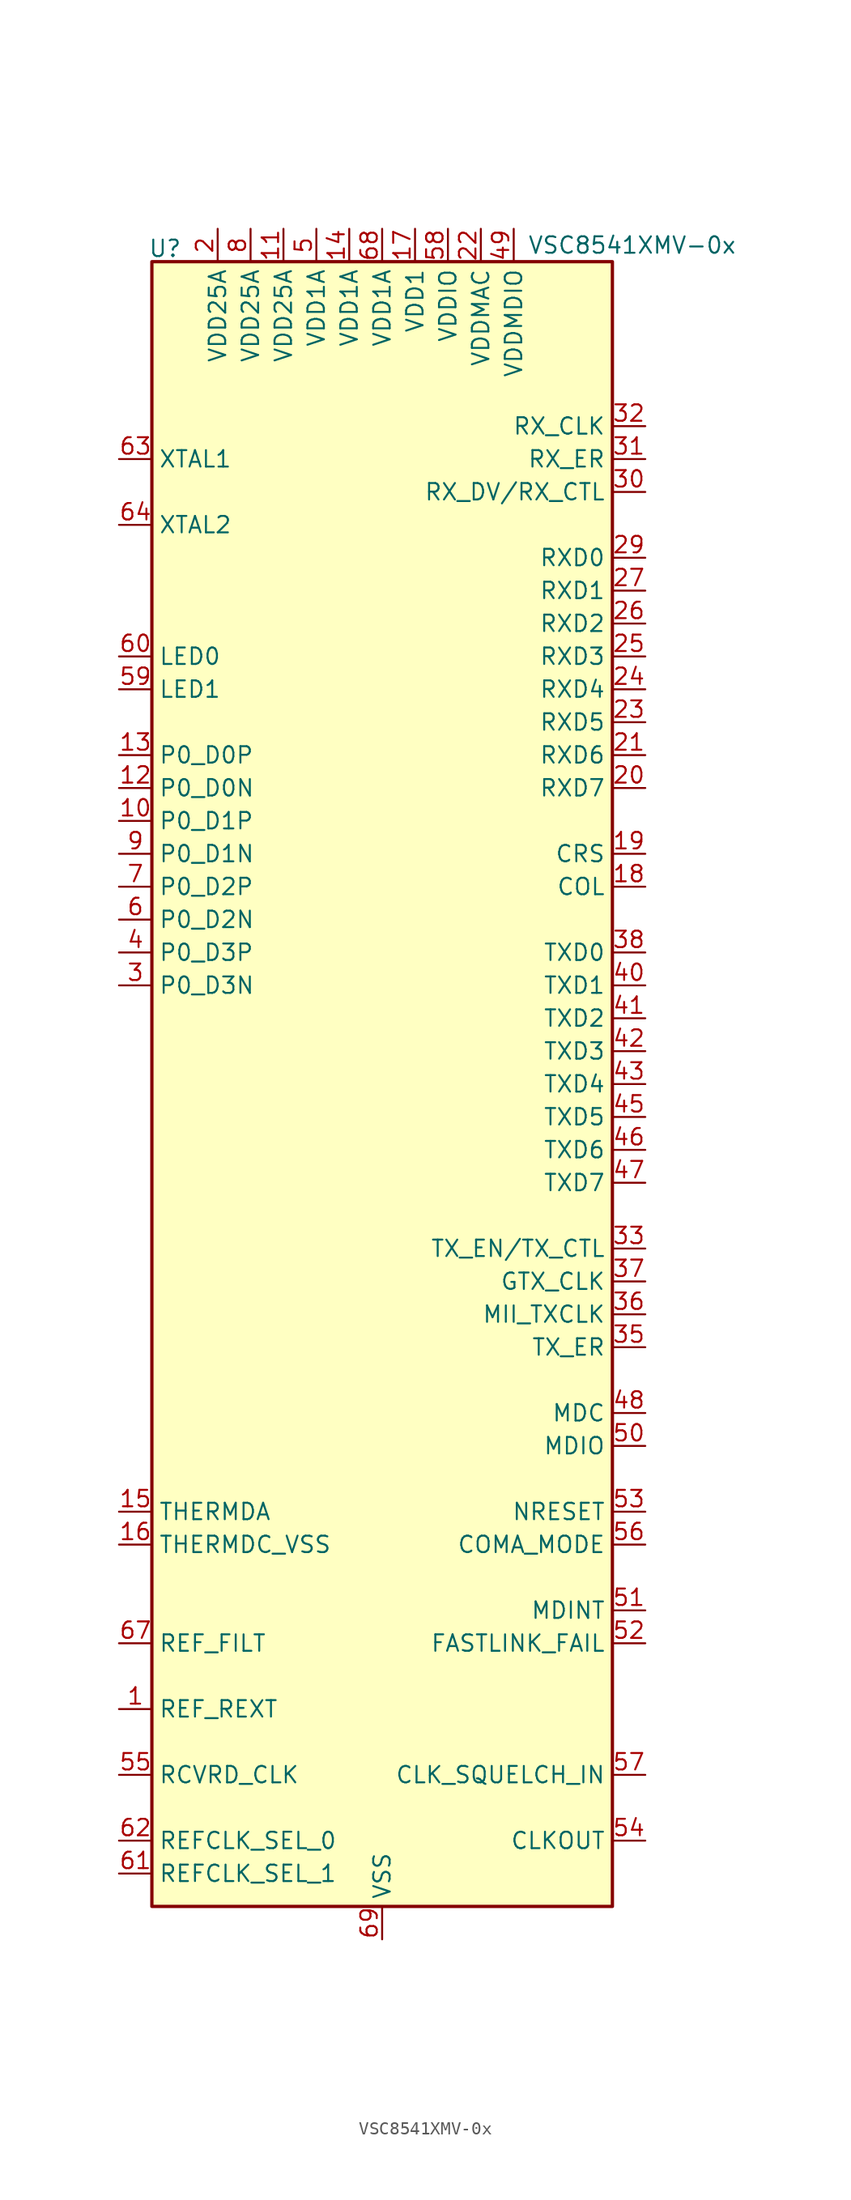
<source format=kicad_sym>
(kicad_symbol_lib
  (version 20201005)
  (generator kicad_symbol_editor)
  (symbol "Interface_Ethernet:VSC8541XMV-0x"
    (property "Reference" "U"
      (at -16.764 64.516 0)
      (effects (font (size 1.27 1.27))))
    (property "Value" "VSC8541XMV-0x"
      (at 19.304 64.77 0)
      (effects (font (size 1.27 1.27))))
    (symbol "VSC8541XMV-0x_0_1"
      (rectangle (start 17.78 -63.5) (end -17.78 63.5) (stroke (width 0.254)) (fill (type background)))
      (pin passive line (at -20.32 -48.26 0) (length 2.54) (name "REF_REXT" (effects (font (size 1.27 1.27)))) (number "1" (effects (font (size 1.27 1.27)))))
      (pin passive line (at -20.32 20.32 0) (length 2.54) (name "P0_D1P" (effects (font (size 1.27 1.27)))) (number "10" (effects (font (size 1.27 1.27)))))
      (pin power_in line (at -7.62 66.04 270) (length 2.54) (name "VDD25A" (effects (font (size 1.27 1.27)))) (number "11" (effects (font (size 1.27 1.27)))))
      (pin passive line (at -20.32 22.86 0) (length 2.54) (name "P0_D0N" (effects (font (size 1.27 1.27)))) (number "12" (effects (font (size 1.27 1.27)))))
      (pin passive line (at -20.32 25.4 0) (length 2.54) (name "P0_D0P" (effects (font (size 1.27 1.27)))) (number "13" (effects (font (size 1.27 1.27)))))
      (pin power_in line (at -2.54 66.04 270) (length 2.54) (name "VDD1A" (effects (font (size 1.27 1.27)))) (number "14" (effects (font (size 1.27 1.27)))))
      (pin passive line (at -20.32 -33.02 0) (length 2.54) (name "THERMDA" (effects (font (size 1.27 1.27)))) (number "15" (effects (font (size 1.27 1.27)))))
      (pin passive line (at -20.32 -35.56 0) (length 2.54) (name "THERMDC_VSS" (effects (font (size 1.27 1.27)))) (number "16" (effects (font (size 1.27 1.27)))))
      (pin power_in line (at 2.54 66.04 270) (length 2.54) (name "VDD1" (effects (font (size 1.27 1.27)))) (number "17" (effects (font (size 1.27 1.27)))))
      (pin bidirectional line (at 20.32 15.24 180) (length 2.54) (name "COL" (effects (font (size 1.27 1.27)))) (number "18" (effects (font (size 1.27 1.27)))))
      (pin bidirectional line (at 20.32 17.78 180) (length 2.54) (name "CRS" (effects (font (size 1.27 1.27)))) (number "19" (effects (font (size 1.27 1.27)))))
      (pin power_in line (at -12.7 66.04 270) (length 2.54) (name "VDD25A" (effects (font (size 1.27 1.27)))) (number "2" (effects (font (size 1.27 1.27)))))
      (pin bidirectional line (at 20.32 22.86 180) (length 2.54) (name "RXD7" (effects (font (size 1.27 1.27)))) (number "20" (effects (font (size 1.27 1.27)))))
      (pin bidirectional line (at 20.32 25.4 180) (length 2.54) (name "RXD6" (effects (font (size 1.27 1.27)))) (number "21" (effects (font (size 1.27 1.27)))))
      (pin power_in line (at 7.62 66.04 270) (length 2.54) (name "VDDMAC" (effects (font (size 1.27 1.27)))) (number "22" (effects (font (size 1.27 1.27)))))
      (pin bidirectional line (at 20.32 27.94 180) (length 2.54) (name "RXD5" (effects (font (size 1.27 1.27)))) (number "23" (effects (font (size 1.27 1.27)))))
      (pin bidirectional line (at 20.32 30.48 180) (length 2.54) (name "RXD4" (effects (font (size 1.27 1.27)))) (number "24" (effects (font (size 1.27 1.27)))))
      (pin bidirectional line (at 20.32 33.02 180) (length 2.54) (name "RXD3" (effects (font (size 1.27 1.27)))) (number "25" (effects (font (size 1.27 1.27)))))
      (pin bidirectional line (at 20.32 35.56 180) (length 2.54) (name "RXD2" (effects (font (size 1.27 1.27)))) (number "26" (effects (font (size 1.27 1.27)))))
      (pin bidirectional line (at 20.32 38.1 180) (length 2.54) (name "RXD1" (effects (font (size 1.27 1.27)))) (number "27" (effects (font (size 1.27 1.27)))))
      (pin passive line (at 7.62 66.04 270) (length 2.54) hide (name "VDDMAC" (effects (font (size 1.27 1.27)))) (number "28" (effects (font (size 1.27 1.27)))))
      (pin bidirectional line (at 20.32 40.64 180) (length 2.54) (name "RXD0" (effects (font (size 1.27 1.27)))) (number "29" (effects (font (size 1.27 1.27)))))
      (pin passive line (at -20.32 7.62 0) (length 2.54) (name "P0_D3N" (effects (font (size 1.27 1.27)))) (number "3" (effects (font (size 1.27 1.27)))))
      (pin bidirectional line (at 20.32 45.72 180) (length 2.54) (name "RX_DV/RX_CTL" (effects (font (size 1.27 1.27)))) (number "30" (effects (font (size 1.27 1.27)))))
      (pin bidirectional line (at 20.32 48.26 180) (length 2.54) (name "RX_ER" (effects (font (size 1.27 1.27)))) (number "31" (effects (font (size 1.27 1.27)))))
      (pin bidirectional line (at 20.32 50.8 180) (length 2.54) (name "RX_CLK" (effects (font (size 1.27 1.27)))) (number "32" (effects (font (size 1.27 1.27)))))
      (pin input line (at 20.32 -12.7 180) (length 2.54) (name "TX_EN/TX_CTL" (effects (font (size 1.27 1.27)))) (number "33" (effects (font (size 1.27 1.27)))))
      (pin passive line (at 2.54 66.04 270) (length 2.54) hide (name "VDD1" (effects (font (size 1.27 1.27)))) (number "34" (effects (font (size 1.27 1.27)))))
      (pin input line (at 20.32 -20.32 180) (length 2.54) (name "TX_ER" (effects (font (size 1.27 1.27)))) (number "35" (effects (font (size 1.27 1.27)))))
      (pin bidirectional line (at 20.32 -17.78 180) (length 2.54) (name "MII_TXCLK" (effects (font (size 1.27 1.27)))) (number "36" (effects (font (size 1.27 1.27)))))
      (pin input line (at 20.32 -15.24 180) (length 2.54) (name "GTX_CLK" (effects (font (size 1.27 1.27)))) (number "37" (effects (font (size 1.27 1.27)))))
      (pin input line (at 20.32 10.16 180) (length 2.54) (name "TXD0" (effects (font (size 1.27 1.27)))) (number "38" (effects (font (size 1.27 1.27)))))
      (pin passive line (at 7.62 66.04 270) (length 2.54) hide (name "VDDMAC" (effects (font (size 1.27 1.27)))) (number "39" (effects (font (size 1.27 1.27)))))
      (pin passive line (at -20.32 10.16 0) (length 2.54) (name "P0_D3P" (effects (font (size 1.27 1.27)))) (number "4" (effects (font (size 1.27 1.27)))))
      (pin input line (at 20.32 7.62 180) (length 2.54) (name "TXD1" (effects (font (size 1.27 1.27)))) (number "40" (effects (font (size 1.27 1.27)))))
      (pin input line (at 20.32 5.08 180) (length 2.54) (name "TXD2" (effects (font (size 1.27 1.27)))) (number "41" (effects (font (size 1.27 1.27)))))
      (pin input line (at 20.32 2.54 180) (length 2.54) (name "TXD3" (effects (font (size 1.27 1.27)))) (number "42" (effects (font (size 1.27 1.27)))))
      (pin input line (at 20.32 0 180) (length 2.54) (name "TXD4" (effects (font (size 1.27 1.27)))) (number "43" (effects (font (size 1.27 1.27)))))
      (pin passive line (at 7.62 66.04 270) (length 2.54) hide (name "VDDMAC" (effects (font (size 1.27 1.27)))) (number "44" (effects (font (size 1.27 1.27)))))
      (pin input line (at 20.32 -2.54 180) (length 2.54) (name "TXD5" (effects (font (size 1.27 1.27)))) (number "45" (effects (font (size 1.27 1.27)))))
      (pin input line (at 20.32 -5.08 180) (length 2.54) (name "TXD6" (effects (font (size 1.27 1.27)))) (number "46" (effects (font (size 1.27 1.27)))))
      (pin input line (at 20.32 -7.62 180) (length 2.54) (name "TXD7" (effects (font (size 1.27 1.27)))) (number "47" (effects (font (size 1.27 1.27)))))
      (pin input line (at 20.32 -25.4 180) (length 2.54) (name "MDC" (effects (font (size 1.27 1.27)))) (number "48" (effects (font (size 1.27 1.27)))))
      (pin power_in line (at 10.16 66.04 270) (length 2.54) (name "VDDMDIO" (effects (font (size 1.27 1.27)))) (number "49" (effects (font (size 1.27 1.27)))))
      (pin power_in line (at -5.08 66.04 270) (length 2.54) (name "VDD1A" (effects (font (size 1.27 1.27)))) (number "5" (effects (font (size 1.27 1.27)))))
      (pin bidirectional line (at 20.32 -27.94 180) (length 2.54) (name "MDIO" (effects (font (size 1.27 1.27)))) (number "50" (effects (font (size 1.27 1.27)))))
      (pin output line (at 20.32 -40.64 180) (length 2.54) (name "MDINT" (effects (font (size 1.27 1.27)))) (number "51" (effects (font (size 1.27 1.27)))))
      (pin output line (at 20.32 -43.18 180) (length 2.54) (name "FASTLINK_FAIL" (effects (font (size 1.27 1.27)))) (number "52" (effects (font (size 1.27 1.27)))))
      (pin input line (at 20.32 -33.02 180) (length 2.54) (name "NRESET" (effects (font (size 1.27 1.27)))) (number "53" (effects (font (size 1.27 1.27)))))
      (pin bidirectional line (at 20.32 -58.42 180) (length 2.54) (name "CLKOUT" (effects (font (size 1.27 1.27)))) (number "54" (effects (font (size 1.27 1.27)))))
      (pin output line (at -20.32 -53.34 0) (length 2.54) (name "RCVRD_CLK" (effects (font (size 1.27 1.27)))) (number "55" (effects (font (size 1.27 1.27)))))
      (pin bidirectional line (at 20.32 -35.56 180) (length 2.54) (name "COMA_MODE" (effects (font (size 1.27 1.27)))) (number "56" (effects (font (size 1.27 1.27)))))
      (pin input line (at 20.32 -53.34 180) (length 2.54) (name "CLK_SQUELCH_IN" (effects (font (size 1.27 1.27)))) (number "57" (effects (font (size 1.27 1.27)))))
      (pin power_in line (at 5.08 66.04 270) (length 2.54) (name "VDDIO" (effects (font (size 1.27 1.27)))) (number "58" (effects (font (size 1.27 1.27)))))
      (pin output line (at -20.32 30.48 0) (length 2.54) (name "LED1" (effects (font (size 1.27 1.27)))) (number "59" (effects (font (size 1.27 1.27)))))
      (pin passive line (at -20.32 12.7 0) (length 2.54) (name "P0_D2N" (effects (font (size 1.27 1.27)))) (number "6" (effects (font (size 1.27 1.27)))))
      (pin output line (at -20.32 33.02 0) (length 2.54) (name "LED0" (effects (font (size 1.27 1.27)))) (number "60" (effects (font (size 1.27 1.27)))))
      (pin input line (at -20.32 -60.96 0) (length 2.54) (name "REFCLK_SEL_1" (effects (font (size 1.27 1.27)))) (number "61" (effects (font (size 1.27 1.27)))))
      (pin input line (at -20.32 -58.42 0) (length 2.54) (name "REFCLK_SEL_0" (effects (font (size 1.27 1.27)))) (number "62" (effects (font (size 1.27 1.27)))))
      (pin input line (at -20.32 48.26 0) (length 2.54) (name "XTAL1" (effects (font (size 1.27 1.27)))) (number "63" (effects (font (size 1.27 1.27)))))
      (pin output line (at -20.32 43.18 0) (length 2.54) (name "XTAL2" (effects (font (size 1.27 1.27)))) (number "64" (effects (font (size 1.27 1.27)))))
      (pin no_connect line (at -17.78 -20.32 0) (length 2.54) hide (name "RESERVED_1" (effects (font (size 1.27 1.27)))) (number "65" (effects (font (size 1.27 1.27)))))
      (pin no_connect line (at -17.78 -17.78 0) (length 2.54) hide (name "RESERVED_0" (effects (font (size 1.27 1.27)))) (number "66" (effects (font (size 1.27 1.27)))))
      (pin passive line (at -20.32 -43.18 0) (length 2.54) (name "REF_FILT" (effects (font (size 1.27 1.27)))) (number "67" (effects (font (size 1.27 1.27)))))
      (pin power_in line (at 0 66.04 270) (length 2.54) (name "VDD1A" (effects (font (size 1.27 1.27)))) (number "68" (effects (font (size 1.27 1.27)))))
      (pin power_in line (at 0 -66.04 90) (length 2.54) (name "VSS" (effects (font (size 1.27 1.27)))) (number "69" (effects (font (size 1.27 1.27)))))
      (pin passive line (at -20.32 15.24 0) (length 2.54) (name "P0_D2P" (effects (font (size 1.27 1.27)))) (number "7" (effects (font (size 1.27 1.27)))))
      (pin power_in line (at -10.16 66.04 270) (length 2.54) (name "VDD25A" (effects (font (size 1.27 1.27)))) (number "8" (effects (font (size 1.27 1.27)))))
      (pin passive line (at -20.32 17.78 0) (length 2.54) (name "P0_D1N" (effects (font (size 1.27 1.27)))) (number "9" (effects (font (size 1.27 1.27))))))))
</source>
